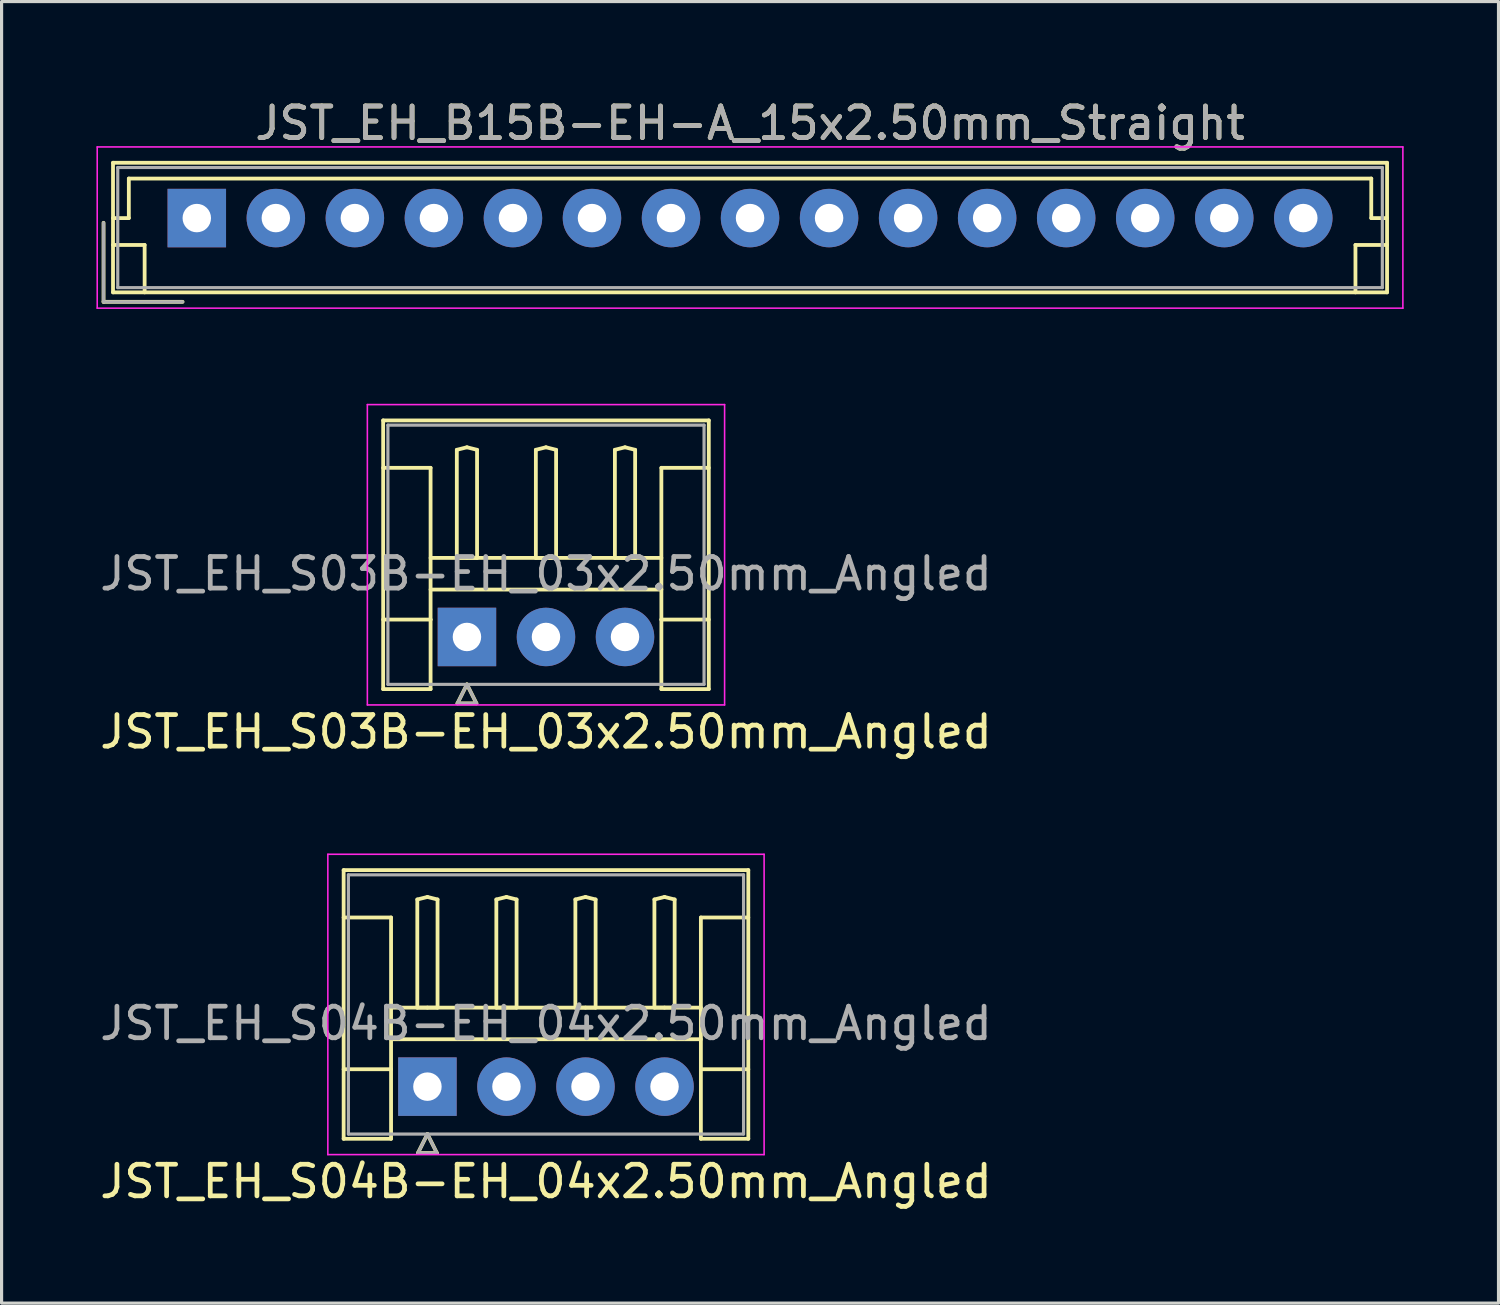
<source format=kicad_pcb>
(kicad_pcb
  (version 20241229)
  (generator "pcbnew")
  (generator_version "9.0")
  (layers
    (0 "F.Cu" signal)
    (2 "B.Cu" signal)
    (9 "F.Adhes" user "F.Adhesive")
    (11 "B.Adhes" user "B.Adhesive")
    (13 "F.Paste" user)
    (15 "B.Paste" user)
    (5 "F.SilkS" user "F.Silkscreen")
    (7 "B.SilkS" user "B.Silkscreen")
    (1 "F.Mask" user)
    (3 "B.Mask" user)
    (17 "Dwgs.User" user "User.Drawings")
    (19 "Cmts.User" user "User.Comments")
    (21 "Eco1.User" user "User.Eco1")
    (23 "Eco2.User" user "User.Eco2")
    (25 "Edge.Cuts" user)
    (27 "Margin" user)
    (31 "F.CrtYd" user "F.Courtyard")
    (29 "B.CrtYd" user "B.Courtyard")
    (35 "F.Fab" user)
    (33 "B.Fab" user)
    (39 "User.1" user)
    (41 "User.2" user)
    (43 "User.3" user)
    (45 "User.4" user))
  (footprint "JST_EH_S04B-EH_04x2.50mm_Angled"
    (layer "F.Cu")
    (at 10.47 31.322)
    (property "Reference" "JST_EH_S04B-EH_04x2.50mm_Angled" (at 3.75 3 0) (layer "F.SilkS") (effects (font (size 1 1) (thickness 0.15))))
    (attr through_hole)
    (fp_line (start -2.65 -6.85) (end 10.15 -6.85) (stroke (width 0.12) (type solid)) (layer "F.SilkS"))
    (fp_line (start -2.65 -5.35) (end -1.15 -5.35) (stroke (width 0.12) (type solid)) (layer "F.SilkS"))
    (fp_line (start -2.65 1.65) (end -2.65 -6.85) (stroke (width 0.12) (type solid)) (layer "F.SilkS"))
    (fp_line (start -1.15 -5.35) (end -1.15 -0.55) (stroke (width 0.12) (type solid)) (layer "F.SilkS"))
    (fp_line (start -1.15 -2.5) (end 8.65 -2.5) (stroke (width 0.12) (type solid)) (layer "F.SilkS"))
    (fp_line (start -1.15 -1.5) (end 8.65 -1.5) (stroke (width 0.12) (type solid)) (layer "F.SilkS"))
    (fp_line (start -1.15 -0.55) (end -2.65 -0.55) (stroke (width 0.12) (type solid)) (layer "F.SilkS"))
    (fp_line (start -1.15 -0.55) (end -1.15 1.65) (stroke (width 0.12) (type solid)) (layer "F.SilkS"))
    (fp_line (start -1.15 1.65) (end -2.65 1.65) (stroke (width 0.12) (type solid)) (layer "F.SilkS"))
    (fp_line (start -0.32 -5.92) (end 0 -6) (stroke (width 0.12) (type solid)) (layer "F.SilkS"))
    (fp_line (start -0.32 -2.5) (end -0.32 -5.92) (stroke (width 0.12) (type solid)) (layer "F.SilkS"))
    (fp_line (start -0.3 2.1) (end 0.3 2.1) (stroke (width 0.12) (type solid)) (layer "F.SilkS"))
    (fp_line (start 0 -6) (end 0.32 -5.92) (stroke (width 0.12) (type solid)) (layer "F.SilkS"))
    (fp_line (start 0 -2.5) (end -0.32 -2.5) (stroke (width 0.12) (type solid)) (layer "F.SilkS"))
    (fp_line (start 0 1.5) (end -0.3 2.1) (stroke (width 0.12) (type solid)) (layer "F.SilkS"))
    (fp_line (start 0.3 2.1) (end 0 1.5) (stroke (width 0.12) (type solid)) (layer "F.SilkS"))
    (fp_line (start 0.32 -5.92) (end 0.32 -2.5) (stroke (width 0.12) (type solid)) (layer "F.SilkS"))
    (fp_line (start 0.32 -2.5) (end 0 -2.5) (stroke (width 0.12) (type solid)) (layer "F.SilkS"))
    (fp_line (start 2.18 -5.92) (end 2.5 -6) (stroke (width 0.12) (type solid)) (layer "F.SilkS"))
    (fp_line (start 2.18 -2.5) (end 2.18 -5.92) (stroke (width 0.12) (type solid)) (layer "F.SilkS"))
    (fp_line (start 2.5 -6) (end 2.82 -5.92) (stroke (width 0.12) (type solid)) (layer "F.SilkS"))
    (fp_line (start 2.5 -2.5) (end 2.18 -2.5) (stroke (width 0.12) (type solid)) (layer "F.SilkS"))
    (fp_line (start 2.82 -5.92) (end 2.82 -2.5) (stroke (width 0.12) (type solid)) (layer "F.SilkS"))
    (fp_line (start 2.82 -2.5) (end 2.5 -2.5) (stroke (width 0.12) (type solid)) (layer "F.SilkS"))
    (fp_line (start 4.68 -5.92) (end 5 -6) (stroke (width 0.12) (type solid)) (layer "F.SilkS"))
    (fp_line (start 4.68 -2.5) (end 4.68 -5.92) (stroke (width 0.12) (type solid)) (layer "F.SilkS"))
    (fp_line (start 5 -6) (end 5.32 -5.92) (stroke (width 0.12) (type solid)) (layer "F.SilkS"))
    (fp_line (start 5 -2.5) (end 4.68 -2.5) (stroke (width 0.12) (type solid)) (layer "F.SilkS"))
    (fp_line (start 5.32 -5.92) (end 5.32 -2.5) (stroke (width 0.12) (type solid)) (layer "F.SilkS"))
    (fp_line (start 5.32 -2.5) (end 5 -2.5) (stroke (width 0.12) (type solid)) (layer "F.SilkS"))
    (fp_line (start 7.18 -5.92) (end 7.5 -6) (stroke (width 0.12) (type solid)) (layer "F.SilkS"))
    (fp_line (start 7.18 -2.5) (end 7.18 -5.92) (stroke (width 0.12) (type solid)) (layer "F.SilkS"))
    (fp_line (start 7.5 -6) (end 7.82 -5.92) (stroke (width 0.12) (type solid)) (layer "F.SilkS"))
    (fp_line (start 7.5 -2.5) (end 7.18 -2.5) (stroke (width 0.12) (type solid)) (layer "F.SilkS"))
    (fp_line (start 7.82 -5.92) (end 7.82 -2.5) (stroke (width 0.12) (type solid)) (layer "F.SilkS"))
    (fp_line (start 7.82 -2.5) (end 7.5 -2.5) (stroke (width 0.12) (type solid)) (layer "F.SilkS"))
    (fp_line (start 8.65 -5.35) (end 8.65 -0.55) (stroke (width 0.12) (type solid)) (layer "F.SilkS"))
    (fp_line (start 8.65 -0.55) (end 10.15 -0.55) (stroke (width 0.12) (type solid)) (layer "F.SilkS"))
    (fp_line (start 8.65 1.65) (end 8.65 -0.55) (stroke (width 0.12) (type solid)) (layer "F.SilkS"))
    (fp_line (start 10.15 -6.85) (end 10.15 1.65) (stroke (width 0.12) (type solid)) (layer "F.SilkS"))
    (fp_line (start 10.15 -5.35) (end 8.65 -5.35) (stroke (width 0.12) (type solid)) (layer "F.SilkS"))
    (fp_line (start 10.15 1.65) (end 8.65 1.65) (stroke (width 0.12) (type solid)) (layer "F.SilkS"))
    (fp_line (start -3.15 -7.35) (end -3.15 2.15) (stroke (width 0.05) (type solid)) (layer "F.CrtYd"))
    (fp_line (start -3.15 2.15) (end 10.65 2.15) (stroke (width 0.05) (type solid)) (layer "F.CrtYd"))
    (fp_line (start 10.65 -7.35) (end -3.15 -7.35) (stroke (width 0.05) (type solid)) (layer "F.CrtYd"))
    (fp_line (start 10.65 2.15) (end 10.65 -7.35) (stroke (width 0.05) (type solid)) (layer "F.CrtYd"))
    (fp_line (start -2.5 -6.7) (end -2.5 1.5) (stroke (width 0.1) (type solid)) (layer "F.Fab"))
    (fp_line (start -2.5 1.5) (end 10 1.5) (stroke (width 0.1) (type solid)) (layer "F.Fab"))
    (fp_line (start -0.3 2.1) (end 0.3 2.1) (stroke (width 0.1) (type solid)) (layer "F.Fab"))
    (fp_line (start 0 1.5) (end -0.3 2.1) (stroke (width 0.1) (type solid)) (layer "F.Fab"))
    (fp_line (start 0.3 2.1) (end 0 1.5) (stroke (width 0.1) (type solid)) (layer "F.Fab"))
    (fp_line (start 10 -6.7) (end -2.5 -6.7) (stroke (width 0.1) (type solid)) (layer "F.Fab"))
    (fp_line (start 10 1.5) (end 10 -6.7) (stroke (width 0.1) (type solid)) (layer "F.Fab"))
    (fp_text user "${REFERENCE}" (at 3.75 -2 0) (layer "F.Fab") (effects (font (size 1 1) (thickness 0.15))))
    (pad "1" thru_hole rect (at 0 0) (size 1.85 1.85) (drill 0.9) (layers "*.Cu" "*.Mask"))
    (pad "2" thru_hole circle (at 2.5 0) (size 1.85 1.85) (drill 0.9) (layers "*.Cu" "*.Mask"))
    (pad "3" thru_hole circle (at 5 0) (size 1.85 1.85) (drill 0.9) (layers "*.Cu" "*.Mask"))
    (pad "4" thru_hole circle (at 7.5 0) (size 1.85 1.85) (drill 0.9) (layers "*.Cu" "*.Mask")))
  (footprint "JST_EH_B15B-EH-A_15x2.50mm_Straight"
    (layer "F.Cu")
    (at 3.175 3.848)
    (property "Reference" "JST_EH_B15B-EH-A_15x2.50mm_Straight" (at 17.5 -3 0) (layer "F.SilkS") (effects (font (size 1 1) (thickness 0.15))))
    (attr through_hole)
    (fp_line (start -2.95 0.15) (end -2.95 2.65) (stroke (width 0.12) (type solid)) (layer "F.SilkS"))
    (fp_line (start -2.95 2.65) (end -0.45 2.65) (stroke (width 0.12) (type solid)) (layer "F.SilkS"))
    (fp_line (start -2.65 -1.75) (end -2.65 2.35) (stroke (width 0.12) (type solid)) (layer "F.SilkS"))
    (fp_line (start -2.65 0) (end -2.15 0) (stroke (width 0.12) (type solid)) (layer "F.SilkS"))
    (fp_line (start -2.65 0.85) (end -1.65 0.85) (stroke (width 0.12) (type solid)) (layer "F.SilkS"))
    (fp_line (start -2.65 2.35) (end 37.65 2.35) (stroke (width 0.12) (type solid)) (layer "F.SilkS"))
    (fp_line (start -2.15 -1.25) (end 37.15 -1.25) (stroke (width 0.12) (type solid)) (layer "F.SilkS"))
    (fp_line (start -2.15 0) (end -2.15 -1.25) (stroke (width 0.12) (type solid)) (layer "F.SilkS"))
    (fp_line (start -1.65 0.85) (end -1.65 2.35) (stroke (width 0.12) (type solid)) (layer "F.SilkS"))
    (fp_line (start 36.65 0.85) (end 36.65 2.35) (stroke (width 0.12) (type solid)) (layer "F.SilkS"))
    (fp_line (start 37.15 -1.25) (end 37.15 0) (stroke (width 0.12) (type solid)) (layer "F.SilkS"))
    (fp_line (start 37.15 0) (end 37.65 0) (stroke (width 0.12) (type solid)) (layer "F.SilkS"))
    (fp_line (start 37.65 -1.75) (end -2.65 -1.75) (stroke (width 0.12) (type solid)) (layer "F.SilkS"))
    (fp_line (start 37.65 0.85) (end 36.65 0.85) (stroke (width 0.12) (type solid)) (layer "F.SilkS"))
    (fp_line (start 37.65 2.35) (end 37.65 -1.75) (stroke (width 0.12) (type solid)) (layer "F.SilkS"))
    (fp_line (start -3.15 -2.25) (end -3.15 2.85) (stroke (width 0.05) (type solid)) (layer "F.CrtYd"))
    (fp_line (start -3.15 2.85) (end 38.15 2.85) (stroke (width 0.05) (type solid)) (layer "F.CrtYd"))
    (fp_line (start 38.15 -2.25) (end -3.15 -2.25) (stroke (width 0.05) (type solid)) (layer "F.CrtYd"))
    (fp_line (start 38.15 2.85) (end 38.15 -2.25) (stroke (width 0.05) (type solid)) (layer "F.CrtYd"))
    (fp_line (start -2.95 0.15) (end -2.95 2.65) (stroke (width 0.1) (type solid)) (layer "F.Fab"))
    (fp_line (start -2.95 2.65) (end -0.45 2.65) (stroke (width 0.1) (type solid)) (layer "F.Fab"))
    (fp_line (start -2.5 -1.6) (end -2.5 2.2) (stroke (width 0.1) (type solid)) (layer "F.Fab"))
    (fp_line (start -2.5 2.2) (end 37.5 2.2) (stroke (width 0.1) (type solid)) (layer "F.Fab"))
    (fp_line (start 37.5 -1.6) (end -2.5 -1.6) (stroke (width 0.1) (type solid)) (layer "F.Fab"))
    (fp_line (start 37.5 2.2) (end 37.5 -1.6) (stroke (width 0.1) (type solid)) (layer "F.Fab"))
    (fp_text user "${REFERENCE}" (at 17.5 -3 0) (layer "F.Fab") (effects (font (size 1 1) (thickness 0.15))))
    (pad "1" thru_hole rect (at 0 0) (size 1.85 1.85) (drill 0.9) (layers "*.Cu" "*.Mask"))
    (pad "2" thru_hole circle (at 2.5 0) (size 1.85 1.85) (drill 0.9) (layers "*.Cu" "*.Mask"))
    (pad "3" thru_hole circle (at 5 0) (size 1.85 1.85) (drill 0.9) (layers "*.Cu" "*.Mask"))
    (pad "4" thru_hole circle (at 7.5 0) (size 1.85 1.85) (drill 0.9) (layers "*.Cu" "*.Mask"))
    (pad "5" thru_hole circle (at 10 0) (size 1.85 1.85) (drill 0.9) (layers "*.Cu" "*.Mask"))
    (pad "6" thru_hole circle (at 12.5 0) (size 1.85 1.85) (drill 0.9) (layers "*.Cu" "*.Mask"))
    (pad "7" thru_hole circle (at 15 0) (size 1.85 1.85) (drill 0.9) (layers "*.Cu" "*.Mask"))
    (pad "8" thru_hole circle (at 17.5 0) (size 1.85 1.85) (drill 0.9) (layers "*.Cu" "*.Mask"))
    (pad "9" thru_hole circle (at 20 0) (size 1.85 1.85) (drill 0.9) (layers "*.Cu" "*.Mask"))
    (pad "10" thru_hole circle (at 22.5 0) (size 1.85 1.85) (drill 0.9) (layers "*.Cu" "*.Mask"))
    (pad "11" thru_hole circle (at 25 0) (size 1.85 1.85) (drill 0.9) (layers "*.Cu" "*.Mask"))
    (pad "12" thru_hole circle (at 27.5 0) (size 1.85 1.85) (drill 0.9) (layers "*.Cu" "*.Mask"))
    (pad "13" thru_hole circle (at 30 0) (size 1.85 1.85) (drill 0.9) (layers "*.Cu" "*.Mask"))
    (pad "14" thru_hole circle (at 32.5 0) (size 1.85 1.85) (drill 0.9) (layers "*.Cu" "*.Mask"))
    (pad "15" thru_hole circle (at 35 0) (size 1.85 1.85) (drill 0.9) (layers "*.Cu" "*.Mask")))
  (footprint "JST_EH_S03B-EH_03x2.50mm_Angled"
    (layer "F.Cu")
    (at 11.72 17.098)
    (property "Reference" "JST_EH_S03B-EH_03x2.50mm_Angled" (at 2.5 3 0) (layer "F.SilkS") (effects (font (size 1 1) (thickness 0.15))))
    (attr through_hole)
    (fp_line (start -2.65 -6.85) (end 7.65 -6.85) (stroke (width 0.12) (type solid)) (layer "F.SilkS"))
    (fp_line (start -2.65 -5.35) (end -1.15 -5.35) (stroke (width 0.12) (type solid)) (layer "F.SilkS"))
    (fp_line (start -2.65 1.65) (end -2.65 -6.85) (stroke (width 0.12) (type solid)) (layer "F.SilkS"))
    (fp_line (start -1.15 -5.35) (end -1.15 -0.55) (stroke (width 0.12) (type solid)) (layer "F.SilkS"))
    (fp_line (start -1.15 -2.5) (end 6.15 -2.5) (stroke (width 0.12) (type solid)) (layer "F.SilkS"))
    (fp_line (start -1.15 -1.5) (end 6.15 -1.5) (stroke (width 0.12) (type solid)) (layer "F.SilkS"))
    (fp_line (start -1.15 -0.55) (end -2.65 -0.55) (stroke (width 0.12) (type solid)) (layer "F.SilkS"))
    (fp_line (start -1.15 -0.55) (end -1.15 1.65) (stroke (width 0.12) (type solid)) (layer "F.SilkS"))
    (fp_line (start -1.15 1.65) (end -2.65 1.65) (stroke (width 0.12) (type solid)) (layer "F.SilkS"))
    (fp_line (start -0.32 -5.92) (end 0 -6) (stroke (width 0.12) (type solid)) (layer "F.SilkS"))
    (fp_line (start -0.32 -2.5) (end -0.32 -5.92) (stroke (width 0.12) (type solid)) (layer "F.SilkS"))
    (fp_line (start -0.3 2.1) (end 0.3 2.1) (stroke (width 0.12) (type solid)) (layer "F.SilkS"))
    (fp_line (start 0 -6) (end 0.32 -5.92) (stroke (width 0.12) (type solid)) (layer "F.SilkS"))
    (fp_line (start 0 -2.5) (end -0.32 -2.5) (stroke (width 0.12) (type solid)) (layer "F.SilkS"))
    (fp_line (start 0 1.5) (end -0.3 2.1) (stroke (width 0.12) (type solid)) (layer "F.SilkS"))
    (fp_line (start 0.3 2.1) (end 0 1.5) (stroke (width 0.12) (type solid)) (layer "F.SilkS"))
    (fp_line (start 0.32 -5.92) (end 0.32 -2.5) (stroke (width 0.12) (type solid)) (layer "F.SilkS"))
    (fp_line (start 0.32 -2.5) (end 0 -2.5) (stroke (width 0.12) (type solid)) (layer "F.SilkS"))
    (fp_line (start 2.18 -5.92) (end 2.5 -6) (stroke (width 0.12) (type solid)) (layer "F.SilkS"))
    (fp_line (start 2.18 -2.5) (end 2.18 -5.92) (stroke (width 0.12) (type solid)) (layer "F.SilkS"))
    (fp_line (start 2.5 -6) (end 2.82 -5.92) (stroke (width 0.12) (type solid)) (layer "F.SilkS"))
    (fp_line (start 2.5 -2.5) (end 2.18 -2.5) (stroke (width 0.12) (type solid)) (layer "F.SilkS"))
    (fp_line (start 2.82 -5.92) (end 2.82 -2.5) (stroke (width 0.12) (type solid)) (layer "F.SilkS"))
    (fp_line (start 2.82 -2.5) (end 2.5 -2.5) (stroke (width 0.12) (type solid)) (layer "F.SilkS"))
    (fp_line (start 4.68 -5.92) (end 5 -6) (stroke (width 0.12) (type solid)) (layer "F.SilkS"))
    (fp_line (start 4.68 -2.5) (end 4.68 -5.92) (stroke (width 0.12) (type solid)) (layer "F.SilkS"))
    (fp_line (start 5 -6) (end 5.32 -5.92) (stroke (width 0.12) (type solid)) (layer "F.SilkS"))
    (fp_line (start 5 -2.5) (end 4.68 -2.5) (stroke (width 0.12) (type solid)) (layer "F.SilkS"))
    (fp_line (start 5.32 -5.92) (end 5.32 -2.5) (stroke (width 0.12) (type solid)) (layer "F.SilkS"))
    (fp_line (start 5.32 -2.5) (end 5 -2.5) (stroke (width 0.12) (type solid)) (layer "F.SilkS"))
    (fp_line (start 6.15 -5.35) (end 6.15 -0.55) (stroke (width 0.12) (type solid)) (layer "F.SilkS"))
    (fp_line (start 6.15 -0.55) (end 7.65 -0.55) (stroke (width 0.12) (type solid)) (layer "F.SilkS"))
    (fp_line (start 6.15 1.65) (end 6.15 -0.55) (stroke (width 0.12) (type solid)) (layer "F.SilkS"))
    (fp_line (start 7.65 -6.85) (end 7.65 1.65) (stroke (width 0.12) (type solid)) (layer "F.SilkS"))
    (fp_line (start 7.65 -5.35) (end 6.15 -5.35) (stroke (width 0.12) (type solid)) (layer "F.SilkS"))
    (fp_line (start 7.65 1.65) (end 6.15 1.65) (stroke (width 0.12) (type solid)) (layer "F.SilkS"))
    (fp_line (start -3.15 -7.35) (end -3.15 2.15) (stroke (width 0.05) (type solid)) (layer "F.CrtYd"))
    (fp_line (start -3.15 2.15) (end 8.15 2.15) (stroke (width 0.05) (type solid)) (layer "F.CrtYd"))
    (fp_line (start 8.15 -7.35) (end -3.15 -7.35) (stroke (width 0.05) (type solid)) (layer "F.CrtYd"))
    (fp_line (start 8.15 2.15) (end 8.15 -7.35) (stroke (width 0.05) (type solid)) (layer "F.CrtYd"))
    (fp_line (start -2.5 -6.7) (end -2.5 1.5) (stroke (width 0.1) (type solid)) (layer "F.Fab"))
    (fp_line (start -2.5 1.5) (end 7.5 1.5) (stroke (width 0.1) (type solid)) (layer "F.Fab"))
    (fp_line (start -0.3 2.1) (end 0.3 2.1) (stroke (width 0.1) (type solid)) (layer "F.Fab"))
    (fp_line (start 0 1.5) (end -0.3 2.1) (stroke (width 0.1) (type solid)) (layer "F.Fab"))
    (fp_line (start 0.3 2.1) (end 0 1.5) (stroke (width 0.1) (type solid)) (layer "F.Fab"))
    (fp_line (start 7.5 -6.7) (end -2.5 -6.7) (stroke (width 0.1) (type solid)) (layer "F.Fab"))
    (fp_line (start 7.5 1.5) (end 7.5 -6.7) (stroke (width 0.1) (type solid)) (layer "F.Fab"))
    (fp_text user "${REFERENCE}" (at 2.5 -2 0) (layer "F.Fab") (effects (font (size 1 1) (thickness 0.15))))
    (pad "1" thru_hole rect (at 0 0) (size 1.85 1.85) (drill 0.9) (layers "*.Cu" "*.Mask"))
    (pad "2" thru_hole circle (at 2.5 0) (size 1.85 1.85) (drill 0.9) (layers "*.Cu" "*.Mask"))
    (pad "3" thru_hole circle (at 5 0) (size 1.85 1.85) (drill 0.9) (layers "*.Cu" "*.Mask")))
  (gr_rect
    (start -3 -3)
    (end 44.35 38.17)
    (stroke (width 0.1) (type default))
    (fill no)
    (layer "Edge.Cuts")))
</source>
